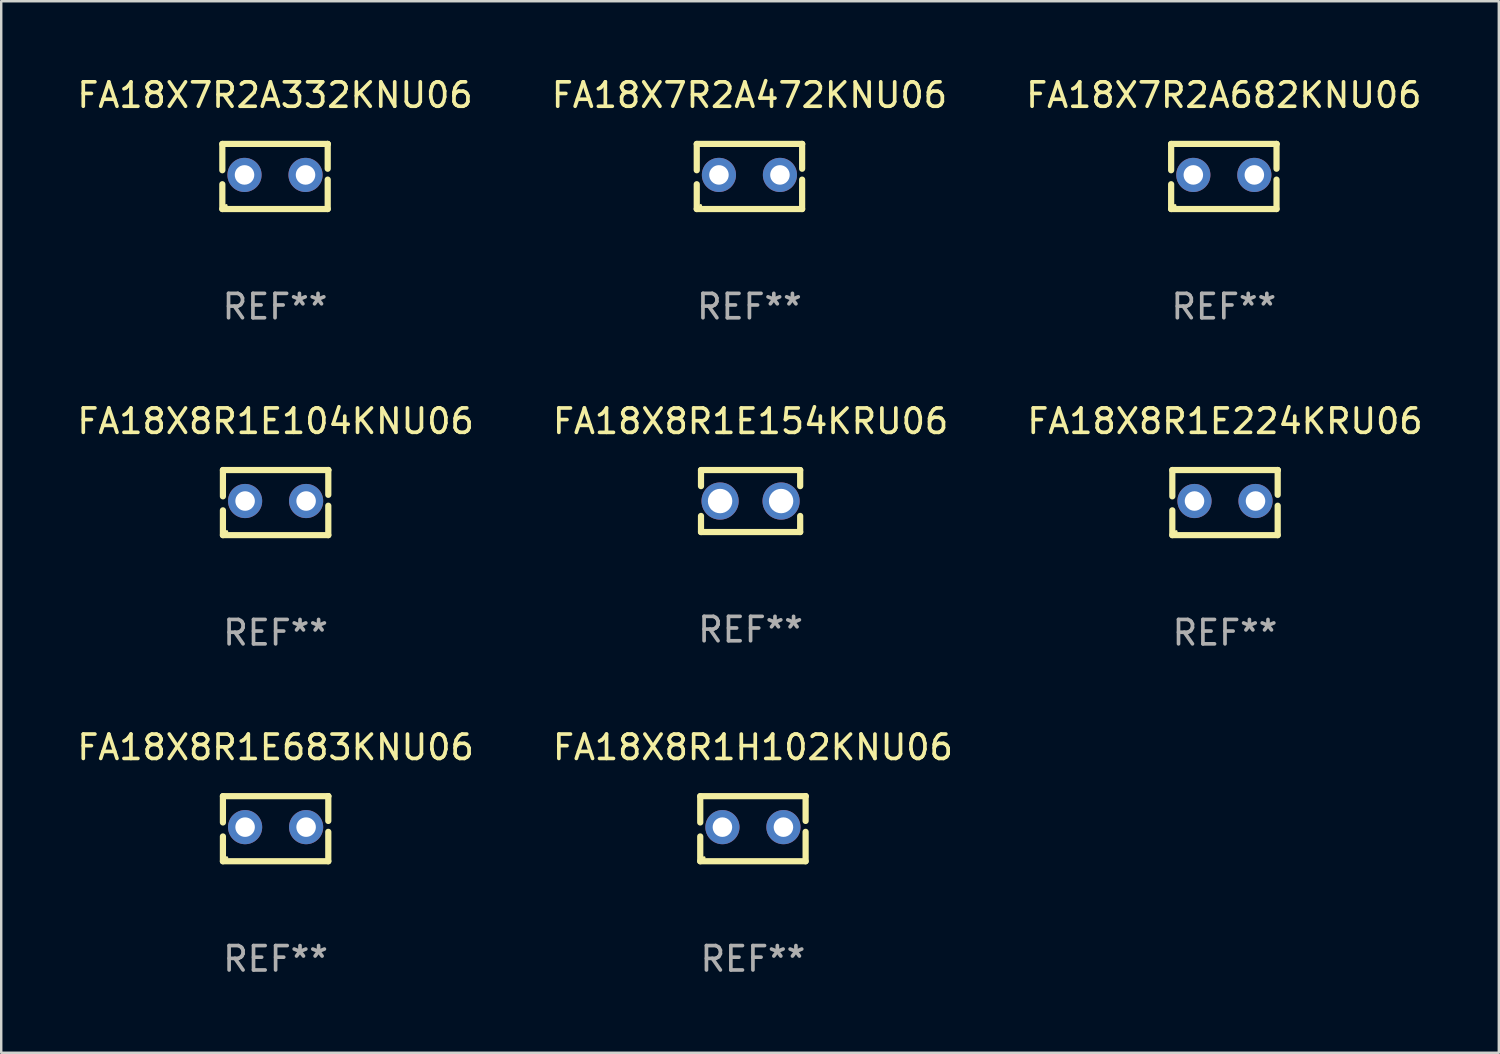
<source format=kicad_pcb>
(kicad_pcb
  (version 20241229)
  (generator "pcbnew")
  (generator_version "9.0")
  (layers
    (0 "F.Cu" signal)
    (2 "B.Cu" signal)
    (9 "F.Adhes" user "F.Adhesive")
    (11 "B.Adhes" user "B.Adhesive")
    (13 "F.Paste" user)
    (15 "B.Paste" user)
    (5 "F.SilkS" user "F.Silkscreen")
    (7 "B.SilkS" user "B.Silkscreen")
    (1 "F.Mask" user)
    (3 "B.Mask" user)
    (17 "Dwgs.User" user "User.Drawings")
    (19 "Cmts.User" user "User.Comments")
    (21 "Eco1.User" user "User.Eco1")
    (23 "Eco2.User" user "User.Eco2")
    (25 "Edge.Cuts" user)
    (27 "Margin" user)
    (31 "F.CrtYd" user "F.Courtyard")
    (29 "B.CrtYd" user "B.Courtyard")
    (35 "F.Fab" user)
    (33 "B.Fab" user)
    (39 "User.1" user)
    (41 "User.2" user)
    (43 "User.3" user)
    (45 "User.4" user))
  (footprint "FA18X8R1E683KNU06"
    (layer "F.Cu")
    (at 8.244 30.909)
    (property "Reference" "FA18X8R1E683KNU06" (at 0 -3.334 0) (layer "F.SilkS") (effects (font (size 1 1) (thickness 0.15))))
    (attr through_hole)
    (fp_line (start -2.159 -1.334) (end 2.159 -1.334) (stroke (width 0.254) (type solid)) (layer "F.SilkS"))
    (fp_line (start -2.159 -0.256) (end -2.159 -1.334) (stroke (width 0.254) (type solid)) (layer "F.SilkS"))
    (fp_line (start -2.159 1.334) (end -2.159 0.318) (stroke (width 0.254) (type solid)) (layer "F.SilkS"))
    (fp_line (start 2.159 -1.334) (end 2.159 -1.334) (stroke (width 0.254) (type solid)) (layer "F.SilkS"))
    (fp_line (start 2.159 -1.334) (end 2.159 -0.318) (stroke (width 0.254) (type solid)) (layer "F.SilkS"))
    (fp_line (start 2.159 0.129) (end 2.159 1.334) (stroke (width 0.254) (type solid)) (layer "F.SilkS"))
    (fp_line (start 2.159 1.334) (end -2.159 1.334) (stroke (width 0.254) (type solid)) (layer "F.SilkS"))
    (fp_circle (center -2 1.186) (end -1.97 1.186) (stroke (width 0.06) (type solid)) (fill no) (layer "F.SilkS"))
    (fp_text user "REF**" (at 0 5.334 0) (layer "F.Fab") (effects (font (size 1 1) (thickness 0.15))))
    (pad "1" thru_hole circle (at -1.25 -0.064) (size 1.4 1.4) (drill 0.8) (layers "*.Cu" "*.Mask"))
    (pad "2" thru_hole circle (at 1.25 -0.064) (size 1.4 1.4) (drill 0.8) (layers "*.Cu" "*.Mask")))
  (footprint "FA18X8R1E224KRU06"
    (layer "F.Cu")
    (at 47.149 17.545)
    (property "Reference" "FA18X8R1E224KRU06" (at 0 -3.334 0) (layer "F.SilkS") (effects (font (size 1 1) (thickness 0.15))))
    (attr through_hole)
    (fp_line (start -2.159 -1.334) (end 2.159 -1.334) (stroke (width 0.254) (type solid)) (layer "F.SilkS"))
    (fp_line (start -2.159 -0.256) (end -2.159 -1.334) (stroke (width 0.254) (type solid)) (layer "F.SilkS"))
    (fp_line (start -2.159 1.334) (end -2.159 0.318) (stroke (width 0.254) (type solid)) (layer "F.SilkS"))
    (fp_line (start 2.159 -1.334) (end 2.159 -1.334) (stroke (width 0.254) (type solid)) (layer "F.SilkS"))
    (fp_line (start 2.159 -1.334) (end 2.159 -0.318) (stroke (width 0.254) (type solid)) (layer "F.SilkS"))
    (fp_line (start 2.159 0.129) (end 2.159 1.334) (stroke (width 0.254) (type solid)) (layer "F.SilkS"))
    (fp_line (start 2.159 1.334) (end -2.159 1.334) (stroke (width 0.254) (type solid)) (layer "F.SilkS"))
    (fp_circle (center -2 1.186) (end -1.97 1.186) (stroke (width 0.06) (type solid)) (fill no) (layer "F.SilkS"))
    (fp_text user "REF**" (at 0 5.334 0) (layer "F.Fab") (effects (font (size 1 1) (thickness 0.15))))
    (pad "1" thru_hole circle (at -1.25 -0.064) (size 1.4 1.4) (drill 0.8) (layers "*.Cu" "*.Mask"))
    (pad "2" thru_hole circle (at 1.25 -0.064) (size 1.4 1.4) (drill 0.8) (layers "*.Cu" "*.Mask")))
  (footprint "FA18X7R2A682KNU06"
    (layer "F.Cu")
    (at 47.101 4.182)
    (property "Reference" "FA18X7R2A682KNU06" (at 0 -3.334 0) (layer "F.SilkS") (effects (font (size 1 1) (thickness 0.15))))
    (attr through_hole)
    (fp_line (start -2.159 -1.334) (end 2.159 -1.334) (stroke (width 0.254) (type solid)) (layer "F.SilkS"))
    (fp_line (start -2.159 -0.256) (end -2.159 -1.334) (stroke (width 0.254) (type solid)) (layer "F.SilkS"))
    (fp_line (start -2.159 1.334) (end -2.159 0.318) (stroke (width 0.254) (type solid)) (layer "F.SilkS"))
    (fp_line (start 2.159 -1.334) (end 2.159 -1.334) (stroke (width 0.254) (type solid)) (layer "F.SilkS"))
    (fp_line (start 2.159 -1.334) (end 2.159 -0.318) (stroke (width 0.254) (type solid)) (layer "F.SilkS"))
    (fp_line (start 2.159 0.129) (end 2.159 1.334) (stroke (width 0.254) (type solid)) (layer "F.SilkS"))
    (fp_line (start 2.159 1.334) (end -2.159 1.334) (stroke (width 0.254) (type solid)) (layer "F.SilkS"))
    (fp_circle (center -2 1.186) (end -1.97 1.186) (stroke (width 0.06) (type solid)) (fill no) (layer "F.SilkS"))
    (fp_text user "REF**" (at 0 5.334 0) (layer "F.Fab") (effects (font (size 1 1) (thickness 0.15))))
    (pad "1" thru_hole circle (at -1.25 -0.064) (size 1.4 1.4) (drill 0.8) (layers "*.Cu" "*.Mask"))
    (pad "2" thru_hole circle (at 1.25 -0.064) (size 1.4 1.4) (drill 0.8) (layers "*.Cu" "*.Mask")))
  (footprint "FA18X7R2A332KNU06"
    (layer "F.Cu")
    (at 8.22 4.182)
    (property "Reference" "FA18X7R2A332KNU06" (at 0 -3.334 0) (layer "F.SilkS") (effects (font (size 1 1) (thickness 0.15))))
    (attr through_hole)
    (fp_line (start -2.159 -1.334) (end 2.159 -1.334) (stroke (width 0.254) (type solid)) (layer "F.SilkS"))
    (fp_line (start -2.159 -0.256) (end -2.159 -1.334) (stroke (width 0.254) (type solid)) (layer "F.SilkS"))
    (fp_line (start -2.159 1.334) (end -2.159 0.318) (stroke (width 0.254) (type solid)) (layer "F.SilkS"))
    (fp_line (start 2.159 -1.334) (end 2.159 -1.334) (stroke (width 0.254) (type solid)) (layer "F.SilkS"))
    (fp_line (start 2.159 -1.334) (end 2.159 -0.318) (stroke (width 0.254) (type solid)) (layer "F.SilkS"))
    (fp_line (start 2.159 0.129) (end 2.159 1.334) (stroke (width 0.254) (type solid)) (layer "F.SilkS"))
    (fp_line (start 2.159 1.334) (end -2.159 1.334) (stroke (width 0.254) (type solid)) (layer "F.SilkS"))
    (fp_circle (center -2 1.186) (end -1.97 1.186) (stroke (width 0.06) (type solid)) (fill no) (layer "F.SilkS"))
    (fp_text user "REF**" (at 0 5.334 0) (layer "F.Fab") (effects (font (size 1 1) (thickness 0.15))))
    (pad "1" thru_hole circle (at -1.25 -0.064) (size 1.4 1.4) (drill 0.8) (layers "*.Cu" "*.Mask"))
    (pad "2" thru_hole circle (at 1.25 -0.064) (size 1.4 1.4) (drill 0.8) (layers "*.Cu" "*.Mask")))
  (footprint "FA18X8R1E104KNU06"
    (layer "F.Cu")
    (at 8.244 17.545)
    (property "Reference" "FA18X8R1E104KNU06" (at 0 -3.334 0) (layer "F.SilkS") (effects (font (size 1 1) (thickness 0.15))))
    (attr through_hole)
    (fp_line (start -2.159 -1.334) (end 2.159 -1.334) (stroke (width 0.254) (type solid)) (layer "F.SilkS"))
    (fp_line (start -2.159 -0.256) (end -2.159 -1.334) (stroke (width 0.254) (type solid)) (layer "F.SilkS"))
    (fp_line (start -2.159 1.334) (end -2.159 0.318) (stroke (width 0.254) (type solid)) (layer "F.SilkS"))
    (fp_line (start 2.159 -1.334) (end 2.159 -1.334) (stroke (width 0.254) (type solid)) (layer "F.SilkS"))
    (fp_line (start 2.159 -1.334) (end 2.159 -0.318) (stroke (width 0.254) (type solid)) (layer "F.SilkS"))
    (fp_line (start 2.159 0.129) (end 2.159 1.334) (stroke (width 0.254) (type solid)) (layer "F.SilkS"))
    (fp_line (start 2.159 1.334) (end -2.159 1.334) (stroke (width 0.254) (type solid)) (layer "F.SilkS"))
    (fp_circle (center -2 1.186) (end -1.97 1.186) (stroke (width 0.06) (type solid)) (fill no) (layer "F.SilkS"))
    (fp_text user "REF**" (at 0 5.334 0) (layer "F.Fab") (effects (font (size 1 1) (thickness 0.15))))
    (pad "1" thru_hole circle (at -1.25 -0.064) (size 1.4 1.4) (drill 0.8) (layers "*.Cu" "*.Mask"))
    (pad "2" thru_hole circle (at 1.25 -0.064) (size 1.4 1.4) (drill 0.8) (layers "*.Cu" "*.Mask")))
  (footprint "FA18X8R1H102KNU06"
    (layer "F.Cu")
    (at 27.804 30.909)
    (property "Reference" "FA18X8R1H102KNU06" (at 0 -3.334 0) (layer "F.SilkS") (effects (font (size 1 1) (thickness 0.15))))
    (attr through_hole)
    (fp_line (start -2.159 -1.334) (end 2.159 -1.334) (stroke (width 0.254) (type solid)) (layer "F.SilkS"))
    (fp_line (start -2.159 -0.256) (end -2.159 -1.334) (stroke (width 0.254) (type solid)) (layer "F.SilkS"))
    (fp_line (start -2.159 1.334) (end -2.159 0.318) (stroke (width 0.254) (type solid)) (layer "F.SilkS"))
    (fp_line (start 2.159 -1.334) (end 2.159 -1.334) (stroke (width 0.254) (type solid)) (layer "F.SilkS"))
    (fp_line (start 2.159 -1.334) (end 2.159 -0.318) (stroke (width 0.254) (type solid)) (layer "F.SilkS"))
    (fp_line (start 2.159 0.129) (end 2.159 1.334) (stroke (width 0.254) (type solid)) (layer "F.SilkS"))
    (fp_line (start 2.159 1.334) (end -2.159 1.334) (stroke (width 0.254) (type solid)) (layer "F.SilkS"))
    (fp_circle (center -2 1.186) (end -1.97 1.186) (stroke (width 0.06) (type solid)) (fill no) (layer "F.SilkS"))
    (fp_text user "REF**" (at 0 5.334 0) (layer "F.Fab") (effects (font (size 1 1) (thickness 0.15))))
    (pad "1" thru_hole circle (at -1.25 -0.064) (size 1.4 1.4) (drill 0.8) (layers "*.Cu" "*.Mask"))
    (pad "2" thru_hole circle (at 1.25 -0.064) (size 1.4 1.4) (drill 0.8) (layers "*.Cu" "*.Mask")))
  (footprint "FA18X8R1E154KRU06"
    (layer "F.Cu")
    (at 27.708 17.482)
    (property "Reference" "FA18X8R1E154KRU06" (at 0 -3.27 0) (layer "F.SilkS") (effects (font (size 1 1) (thickness 0.15))))
    (attr through_hole)
    (fp_line (start -2.032 -1.27) (end -2.032 -0.611) (stroke (width 0.254) (type solid)) (layer "F.SilkS"))
    (fp_line (start -2.032 0.611) (end -2.032 1.27) (stroke (width 0.254) (type solid)) (layer "F.SilkS"))
    (fp_line (start -2.032 1.27) (end 2.032 1.27) (stroke (width 0.254) (type solid)) (layer "F.SilkS"))
    (fp_line (start 2.032 -1.27) (end -2.032 -1.27) (stroke (width 0.254) (type solid)) (layer "F.SilkS"))
    (fp_line (start 2.032 -0.611) (end 2.032 -1.27) (stroke (width 0.254) (type solid)) (layer "F.SilkS"))
    (fp_line (start 2.032 1.27) (end 2.032 0.611) (stroke (width 0.254) (type solid)) (layer "F.SilkS"))
    (fp_circle (center -2 1.25) (end -1.97 1.25) (stroke (width 0.06) (type solid)) (fill no) (layer "F.SilkS"))
    (fp_text user "REF**" (at 0 5.27 0) (layer "F.Fab") (effects (font (size 1 1) (thickness 0.15))))
    (pad "1" thru_hole circle (at -1.25 0) (size 1.524 1.524) (drill 1) (layers "*.Cu" "*.Mask"))
    (pad "2" thru_hole circle (at 1.25 0) (size 1.524 1.524) (drill 1) (layers "*.Cu" "*.Mask")))
  (footprint "FA18X7R2A472KNU06"
    (layer "F.Cu")
    (at 27.661 4.182)
    (property "Reference" "FA18X7R2A472KNU06" (at 0 -3.334 0) (layer "F.SilkS") (effects (font (size 1 1) (thickness 0.15))))
    (attr through_hole)
    (fp_line (start -2.159 -1.334) (end 2.159 -1.334) (stroke (width 0.254) (type solid)) (layer "F.SilkS"))
    (fp_line (start -2.159 -0.256) (end -2.159 -1.334) (stroke (width 0.254) (type solid)) (layer "F.SilkS"))
    (fp_line (start -2.159 1.334) (end -2.159 0.318) (stroke (width 0.254) (type solid)) (layer "F.SilkS"))
    (fp_line (start 2.159 -1.334) (end 2.159 -1.334) (stroke (width 0.254) (type solid)) (layer "F.SilkS"))
    (fp_line (start 2.159 -1.334) (end 2.159 -0.318) (stroke (width 0.254) (type solid)) (layer "F.SilkS"))
    (fp_line (start 2.159 0.129) (end 2.159 1.334) (stroke (width 0.254) (type solid)) (layer "F.SilkS"))
    (fp_line (start 2.159 1.334) (end -2.159 1.334) (stroke (width 0.254) (type solid)) (layer "F.SilkS"))
    (fp_circle (center -2 1.186) (end -1.97 1.186) (stroke (width 0.06) (type solid)) (fill no) (layer "F.SilkS"))
    (fp_text user "REF**" (at 0 5.334 0) (layer "F.Fab") (effects (font (size 1 1) (thickness 0.15))))
    (pad "1" thru_hole circle (at -1.25 -0.064) (size 1.4 1.4) (drill 0.8) (layers "*.Cu" "*.Mask"))
    (pad "2" thru_hole circle (at 1.25 -0.064) (size 1.4 1.4) (drill 0.8) (layers "*.Cu" "*.Mask")))
  (gr_rect
    (start -3 -3)
    (end 58.369 40.091)
    (stroke (width 0.1) (type default))
    (fill no)
    (layer "Edge.Cuts")))
</source>
